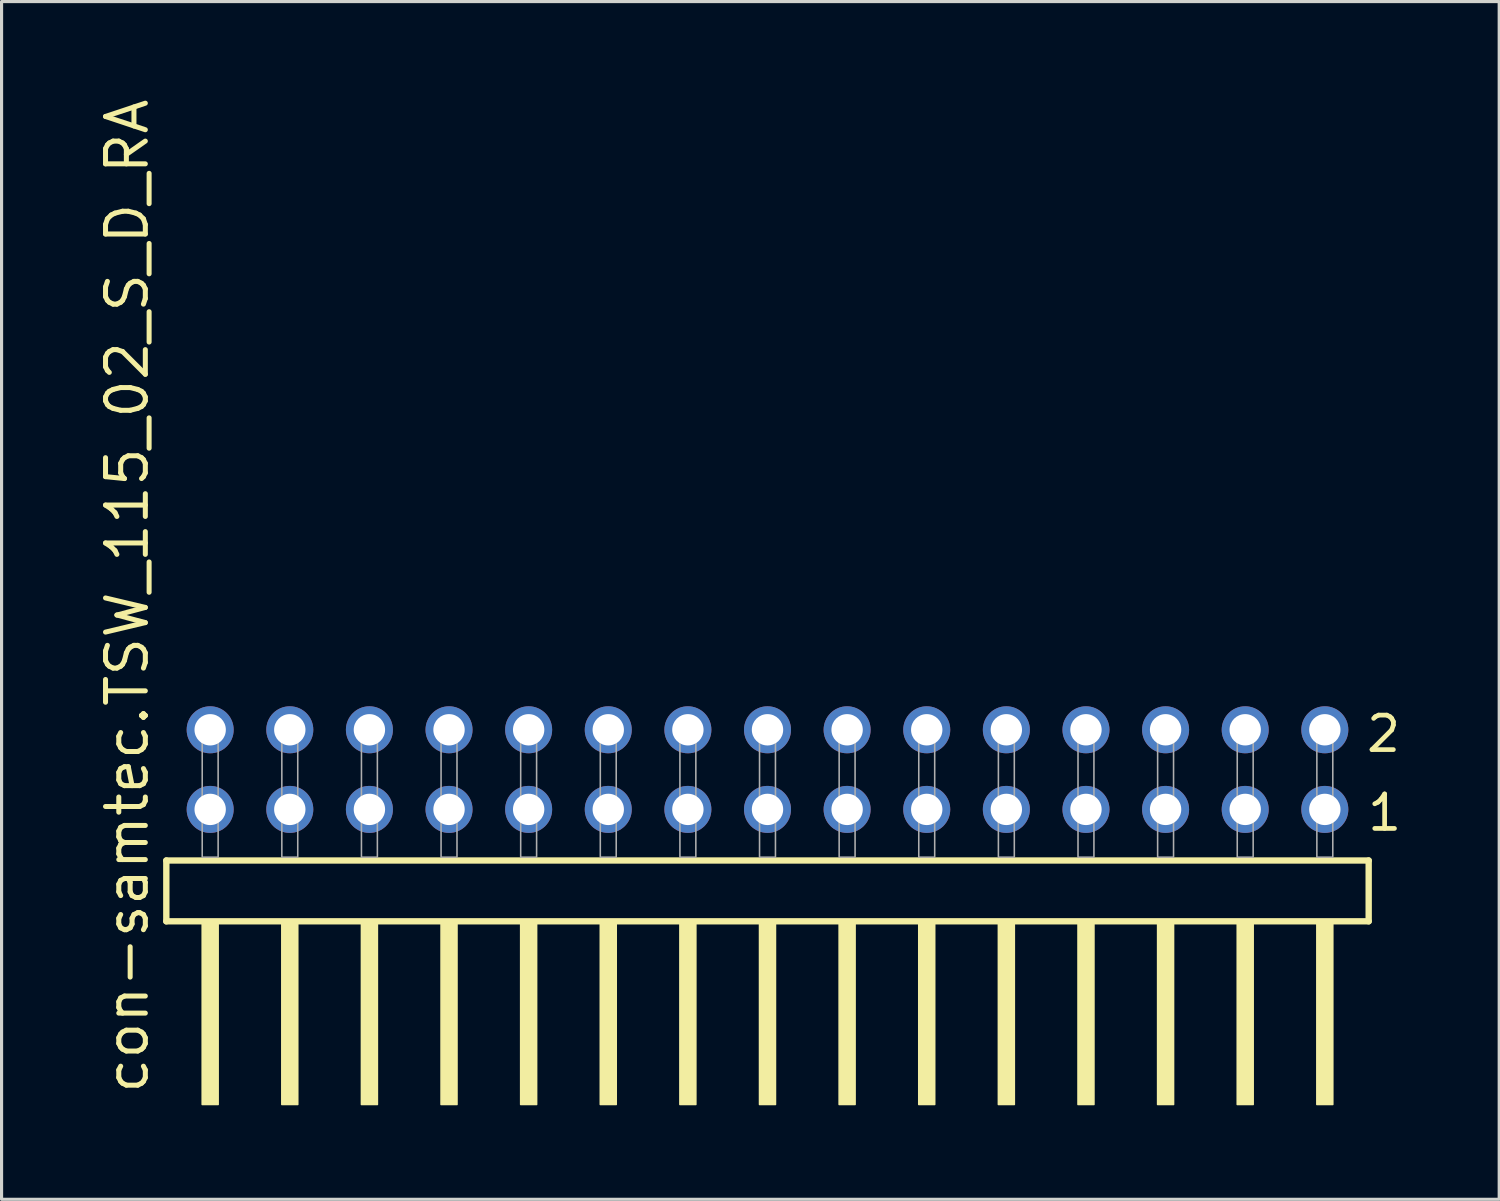
<source format=kicad_pcb>
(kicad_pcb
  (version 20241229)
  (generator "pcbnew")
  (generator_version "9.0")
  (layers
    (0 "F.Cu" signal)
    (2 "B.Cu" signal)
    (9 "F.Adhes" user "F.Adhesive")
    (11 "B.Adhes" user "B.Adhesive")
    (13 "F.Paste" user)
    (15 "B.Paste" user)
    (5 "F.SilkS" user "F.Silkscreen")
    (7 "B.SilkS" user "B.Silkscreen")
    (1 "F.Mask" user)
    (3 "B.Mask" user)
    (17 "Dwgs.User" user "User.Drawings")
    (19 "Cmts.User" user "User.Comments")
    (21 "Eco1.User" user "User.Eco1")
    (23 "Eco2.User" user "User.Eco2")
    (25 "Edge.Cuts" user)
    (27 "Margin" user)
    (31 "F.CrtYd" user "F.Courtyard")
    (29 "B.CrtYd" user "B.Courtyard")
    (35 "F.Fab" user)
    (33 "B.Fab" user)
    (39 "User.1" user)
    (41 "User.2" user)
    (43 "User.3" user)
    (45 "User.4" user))
  (footprint "con-samtec.TSW_115_02_S_D_RA"
    (layer "F.Cu")
    (at 21.435 24.296)
    (property "Reference" "con-samtec.TSW_115_02_S_D_RA" (at -19.685 7.62 90) (layer "F.SilkS") (effects (font (size 1.27 1.27) (thickness 0.16)) (justify left bottom)))
    (attr through_hole)
    (fp_line (start -19.179 0.106) (end -19.179 2.046) (stroke (width 0.203) (type default)) (layer "F.SilkS"))
    (fp_line (start -19.179 2.046) (end 19.179 2.046) (stroke (width 0.203) (type default)) (layer "F.SilkS"))
    (fp_line (start 19.179 0.106) (end -19.179 0.106) (stroke (width 0.203) (type default)) (layer "F.SilkS"))
    (fp_line (start 19.179 2.046) (end 19.179 0.106) (stroke (width 0.203) (type default)) (layer "F.SilkS"))
    (fp_rect (start -18.034 7.89) (end -17.526 2.04) (stroke (width 0.05) (type default)) (fill yes) (layer "F.SilkS"))
    (fp_rect (start -15.494 7.89) (end -14.986 2.04) (stroke (width 0.05) (type default)) (fill yes) (layer "F.SilkS"))
    (fp_rect (start -12.954 7.89) (end -12.446 2.04) (stroke (width 0.05) (type default)) (fill yes) (layer "F.SilkS"))
    (fp_rect (start -10.414 7.89) (end -9.906 2.04) (stroke (width 0.05) (type default)) (fill yes) (layer "F.SilkS"))
    (fp_rect (start -7.874 7.89) (end -7.366 2.04) (stroke (width 0.05) (type default)) (fill yes) (layer "F.SilkS"))
    (fp_rect (start -5.334 7.89) (end -4.826 2.04) (stroke (width 0.05) (type default)) (fill yes) (layer "F.SilkS"))
    (fp_rect (start -2.794 7.89) (end -2.286 2.04) (stroke (width 0.05) (type default)) (fill yes) (layer "F.SilkS"))
    (fp_rect (start -0.254 7.89) (end 0.254 2.04) (stroke (width 0.05) (type default)) (fill yes) (layer "F.SilkS"))
    (fp_rect (start 2.286 7.89) (end 2.794 2.04) (stroke (width 0.05) (type default)) (fill yes) (layer "F.SilkS"))
    (fp_rect (start 4.826 7.89) (end 5.334 2.04) (stroke (width 0.05) (type default)) (fill yes) (layer "F.SilkS"))
    (fp_rect (start 7.366 7.89) (end 7.874 2.04) (stroke (width 0.05) (type default)) (fill yes) (layer "F.SilkS"))
    (fp_rect (start 9.906 7.89) (end 10.414 2.04) (stroke (width 0.05) (type default)) (fill yes) (layer "F.SilkS"))
    (fp_rect (start 12.446 7.89) (end 12.954 2.04) (stroke (width 0.05) (type default)) (fill yes) (layer "F.SilkS"))
    (fp_rect (start 14.986 7.89) (end 15.494 2.04) (stroke (width 0.05) (type default)) (fill yes) (layer "F.SilkS"))
    (fp_rect (start 17.526 7.89) (end 18.034 2.04) (stroke (width 0.05) (type default)) (fill yes) (layer "F.SilkS"))
    (fp_rect (start -18.034 0) (end -17.526 -4.318) (stroke (width 0.05) (type default)) (fill no) (layer "F.Fab"))
    (fp_rect (start -15.494 0) (end -14.986 -4.318) (stroke (width 0.05) (type default)) (fill no) (layer "F.Fab"))
    (fp_rect (start -12.954 0) (end -12.446 -4.318) (stroke (width 0.05) (type default)) (fill no) (layer "F.Fab"))
    (fp_rect (start -10.414 0) (end -9.906 -4.318) (stroke (width 0.05) (type default)) (fill no) (layer "F.Fab"))
    (fp_rect (start -7.874 0) (end -7.366 -4.318) (stroke (width 0.05) (type default)) (fill no) (layer "F.Fab"))
    (fp_rect (start -5.334 0) (end -4.826 -4.318) (stroke (width 0.05) (type default)) (fill no) (layer "F.Fab"))
    (fp_rect (start -2.794 0) (end -2.286 -4.318) (stroke (width 0.05) (type default)) (fill no) (layer "F.Fab"))
    (fp_rect (start -0.254 0) (end 0.254 -4.318) (stroke (width 0.05) (type default)) (fill no) (layer "F.Fab"))
    (fp_rect (start 2.286 0) (end 2.794 -4.318) (stroke (width 0.05) (type default)) (fill no) (layer "F.Fab"))
    (fp_rect (start 4.826 0) (end 5.334 -4.318) (stroke (width 0.05) (type default)) (fill no) (layer "F.Fab"))
    (fp_rect (start 7.366 0) (end 7.874 -4.318) (stroke (width 0.05) (type default)) (fill no) (layer "F.Fab"))
    (fp_rect (start 9.906 0) (end 10.414 -4.318) (stroke (width 0.05) (type default)) (fill no) (layer "F.Fab"))
    (fp_rect (start 12.446 0) (end 12.954 -4.318) (stroke (width 0.05) (type default)) (fill no) (layer "F.Fab"))
    (fp_rect (start 14.986 0) (end 15.494 -4.318) (stroke (width 0.05) (type default)) (fill no) (layer "F.Fab"))
    (fp_rect (start 17.526 0) (end 18.034 -4.318) (stroke (width 0.05) (type default)) (fill no) (layer "F.Fab"))
    (fp_text user "1" (at 19.065 -0.775 0) (layer "F.SilkS") (effects (font (size 1.1 1.1) (thickness 0.15)) (justify left bottom)))
    (fp_text user "2" (at 19.03 -3.29 0) (layer "F.SilkS") (effects (font (size 1.1 1.1) (thickness 0.15)) (justify left bottom)))
    (pad "1" thru_hole circle (at 17.78 -1.524 180) (size 1.5 1.5) (drill 1) (layers "*.Cu" "*.Mask"))
    (pad "2" thru_hole circle (at 17.78 -4.064 180) (size 1.5 1.5) (drill 1) (layers "*.Cu" "*.Mask"))
    (pad "3" thru_hole circle (at 15.24 -1.524 180) (size 1.5 1.5) (drill 1) (layers "*.Cu" "*.Mask"))
    (pad "4" thru_hole circle (at 15.24 -4.064 180) (size 1.5 1.5) (drill 1) (layers "*.Cu" "*.Mask"))
    (pad "5" thru_hole circle (at 12.7 -1.524 180) (size 1.5 1.5) (drill 1) (layers "*.Cu" "*.Mask"))
    (pad "6" thru_hole circle (at 12.7 -4.064 180) (size 1.5 1.5) (drill 1) (layers "*.Cu" "*.Mask"))
    (pad "7" thru_hole circle (at 10.16 -1.524 180) (size 1.5 1.5) (drill 1) (layers "*.Cu" "*.Mask"))
    (pad "8" thru_hole circle (at 10.16 -4.064 180) (size 1.5 1.5) (drill 1) (layers "*.Cu" "*.Mask"))
    (pad "9" thru_hole circle (at 7.62 -1.524 180) (size 1.5 1.5) (drill 1) (layers "*.Cu" "*.Mask"))
    (pad "10" thru_hole circle (at 7.62 -4.064 180) (size 1.5 1.5) (drill 1) (layers "*.Cu" "*.Mask"))
    (pad "11" thru_hole circle (at 5.08 -1.524 180) (size 1.5 1.5) (drill 1) (layers "*.Cu" "*.Mask"))
    (pad "12" thru_hole circle (at 5.08 -4.064 180) (size 1.5 1.5) (drill 1) (layers "*.Cu" "*.Mask"))
    (pad "13" thru_hole circle (at 2.54 -1.524 180) (size 1.5 1.5) (drill 1) (layers "*.Cu" "*.Mask"))
    (pad "14" thru_hole circle (at 2.54 -4.064 180) (size 1.5 1.5) (drill 1) (layers "*.Cu" "*.Mask"))
    (pad "15" thru_hole circle (at 0 -1.524 180) (size 1.5 1.5) (drill 1) (layers "*.Cu" "*.Mask"))
    (pad "16" thru_hole circle (at 0 -4.064 180) (size 1.5 1.5) (drill 1) (layers "*.Cu" "*.Mask"))
    (pad "17" thru_hole circle (at -2.54 -1.524 180) (size 1.5 1.5) (drill 1) (layers "*.Cu" "*.Mask"))
    (pad "18" thru_hole circle (at -2.54 -4.064 180) (size 1.5 1.5) (drill 1) (layers "*.Cu" "*.Mask"))
    (pad "19" thru_hole circle (at -5.08 -1.524 180) (size 1.5 1.5) (drill 1) (layers "*.Cu" "*.Mask"))
    (pad "20" thru_hole circle (at -5.08 -4.064 180) (size 1.5 1.5) (drill 1) (layers "*.Cu" "*.Mask"))
    (pad "21" thru_hole circle (at -7.62 -1.524 180) (size 1.5 1.5) (drill 1) (layers "*.Cu" "*.Mask"))
    (pad "22" thru_hole circle (at -7.62 -4.064 180) (size 1.5 1.5) (drill 1) (layers "*.Cu" "*.Mask"))
    (pad "23" thru_hole circle (at -10.16 -1.524 180) (size 1.5 1.5) (drill 1) (layers "*.Cu" "*.Mask"))
    (pad "24" thru_hole circle (at -10.16 -4.064 180) (size 1.5 1.5) (drill 1) (layers "*.Cu" "*.Mask"))
    (pad "25" thru_hole circle (at -12.7 -1.524 180) (size 1.5 1.5) (drill 1) (layers "*.Cu" "*.Mask"))
    (pad "26" thru_hole circle (at -12.7 -4.064 180) (size 1.5 1.5) (drill 1) (layers "*.Cu" "*.Mask"))
    (pad "27" thru_hole circle (at -15.24 -1.524 180) (size 1.5 1.5) (drill 1) (layers "*.Cu" "*.Mask"))
    (pad "28" thru_hole circle (at -15.24 -4.064 180) (size 1.5 1.5) (drill 1) (layers "*.Cu" "*.Mask"))
    (pad "29" thru_hole circle (at -17.78 -1.524 180) (size 1.5 1.5) (drill 1) (layers "*.Cu" "*.Mask"))
    (pad "30" thru_hole circle (at -17.78 -4.064 180) (size 1.5 1.5) (drill 1) (layers "*.Cu" "*.Mask")))
  (gr_rect
    (start -3 -3)
    (end 44.778 35.211)
    (stroke (width 0.1) (type default))
    (fill no)
    (layer "Edge.Cuts")))
</source>
